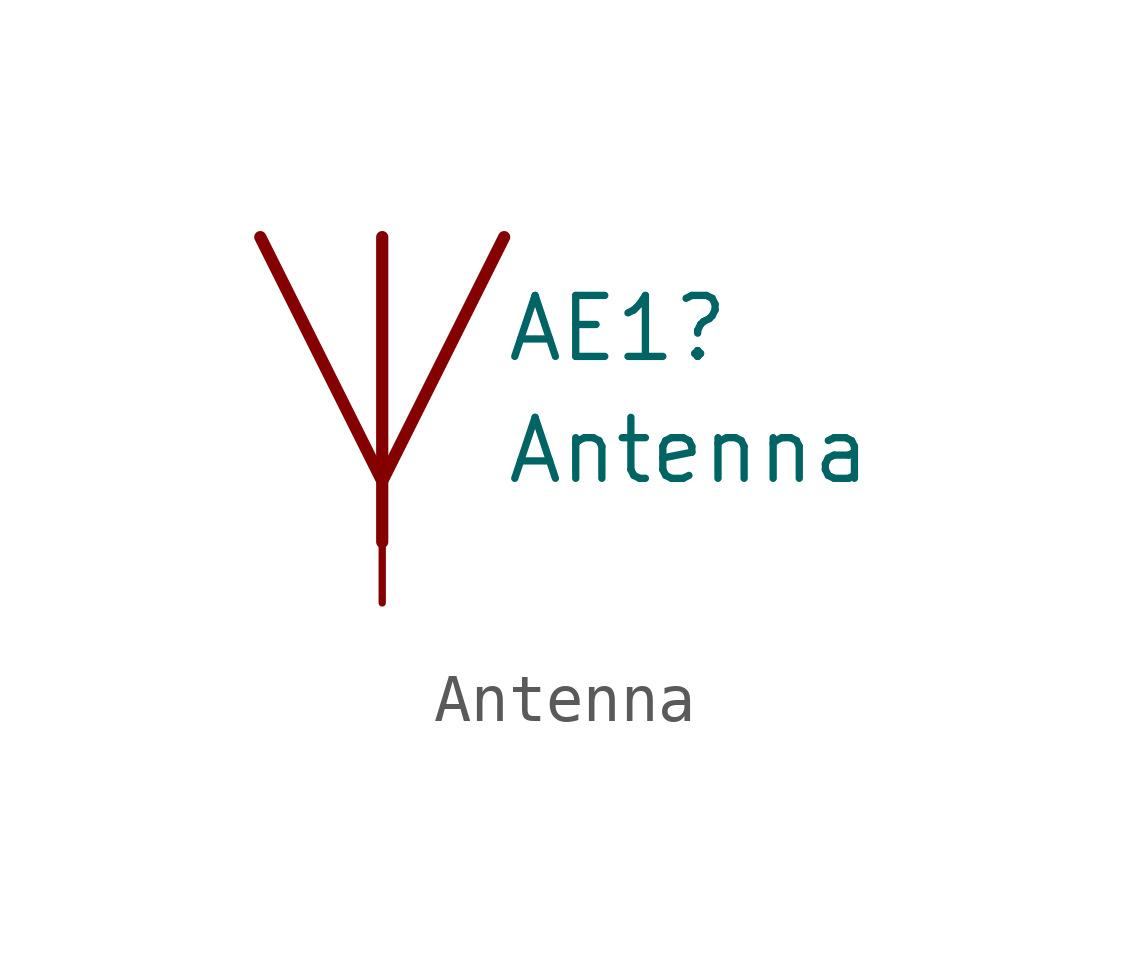
<source format=kicad_sym>
(kicad_symbol_lib
  (version 20241209)
  (generator "kicad_symbol_editor")
  (generator_version "9.0")
  (symbol "Antenna"
    (pin_numbers
      (hide yes))
    (pin_names
      (offset 1.016)
      (hide yes))
    (property "Reference" "AE1"
      (at 2.54 0.635 0)
      (effects (font (size 1.27 1.27)) (justify left)))
    (property "Value" "Antenna"
      (at 2.54 -1.905 0)
      (effects (font (size 1.27 1.27)) (justify left)))
    (symbol "Antenna_0_1"
      (polyline (pts (xy 0 2.54) (xy 0 -3.81)) (stroke (width 0.254) (type default)) (fill (type none)))
      (polyline (pts (xy 2.54 2.54) (xy 0 -2.54) (xy -2.54 2.54)) (stroke (width 0.254) (type default)) (fill (type none))))
    (symbol "Antenna_1_1"
      (pin input line (at 0 -5.08 90) (length 2.54) (name "A" (effects (font (size 1.27 1.27)))) (number "1" (effects (font (size 1.27 1.27))))))))
</source>
